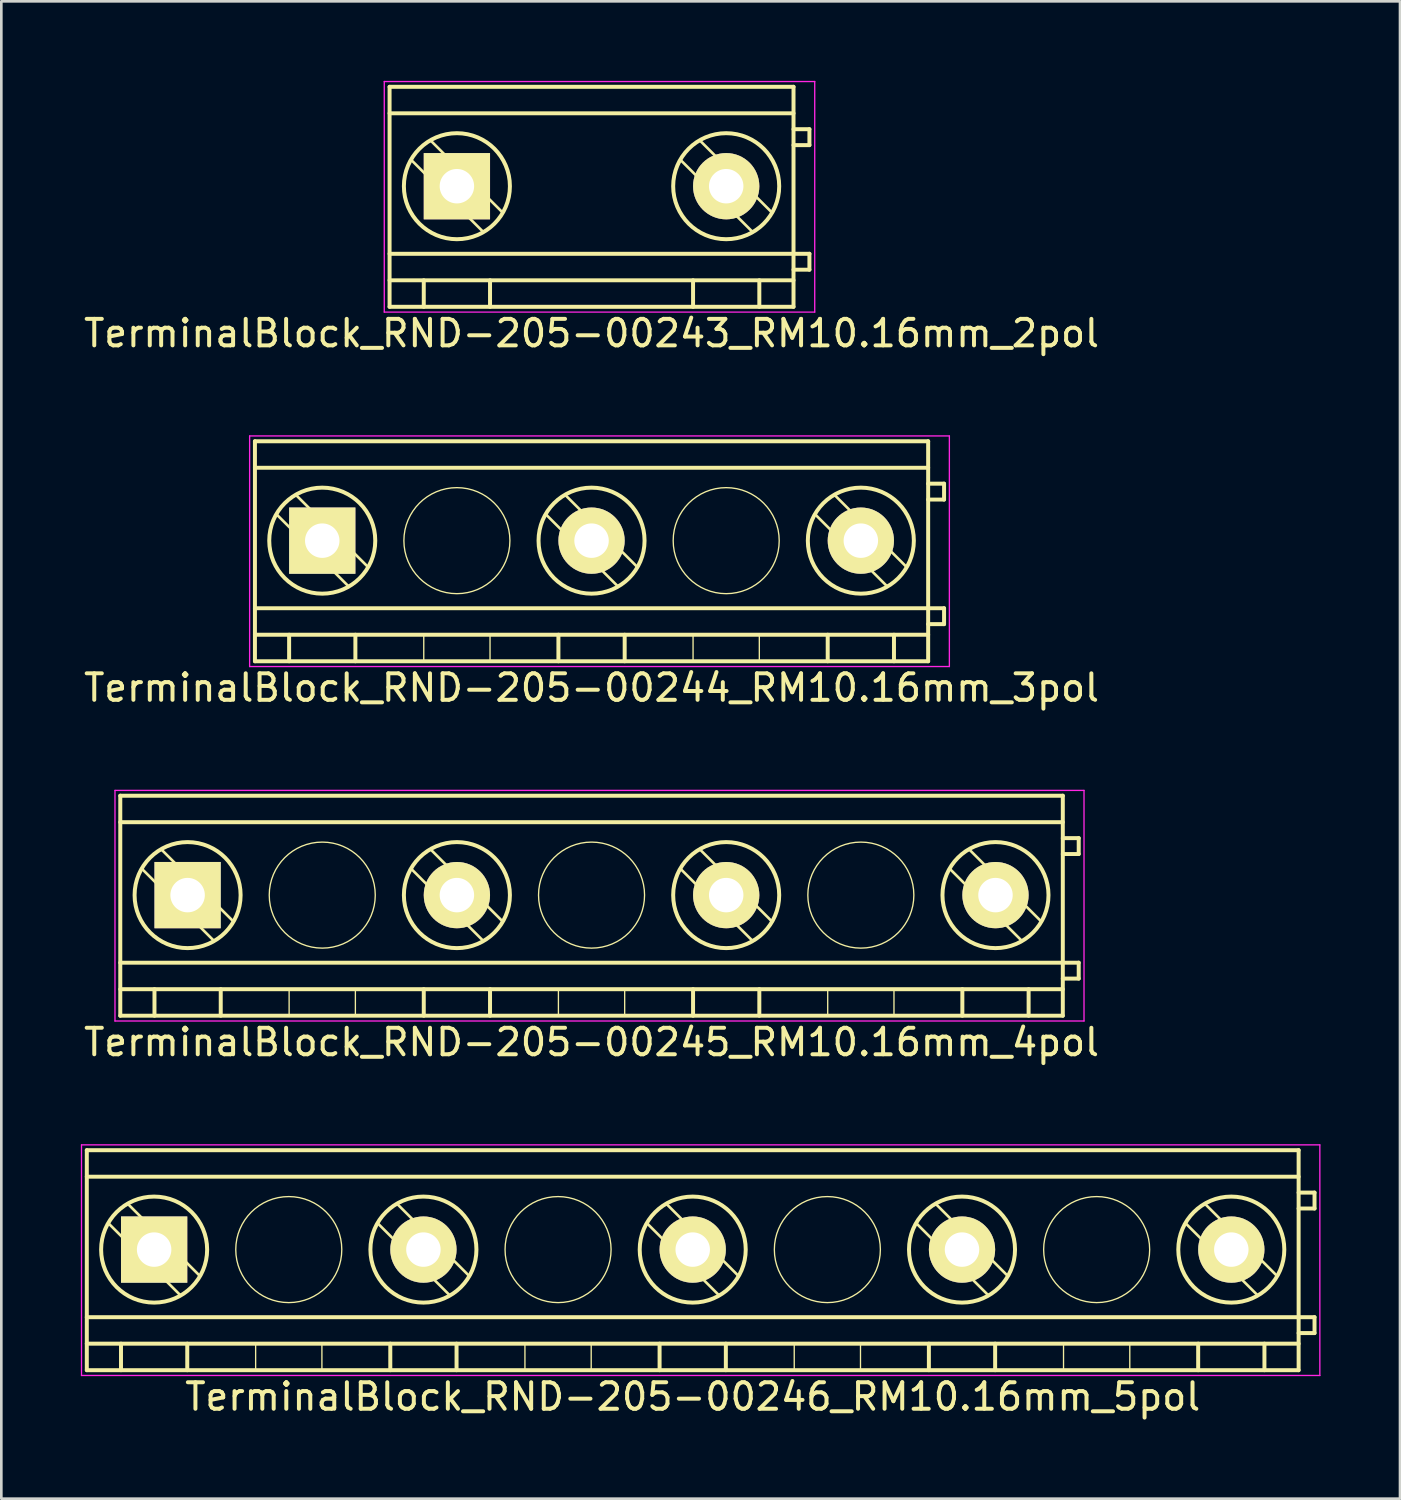
<source format=kicad_pcb>
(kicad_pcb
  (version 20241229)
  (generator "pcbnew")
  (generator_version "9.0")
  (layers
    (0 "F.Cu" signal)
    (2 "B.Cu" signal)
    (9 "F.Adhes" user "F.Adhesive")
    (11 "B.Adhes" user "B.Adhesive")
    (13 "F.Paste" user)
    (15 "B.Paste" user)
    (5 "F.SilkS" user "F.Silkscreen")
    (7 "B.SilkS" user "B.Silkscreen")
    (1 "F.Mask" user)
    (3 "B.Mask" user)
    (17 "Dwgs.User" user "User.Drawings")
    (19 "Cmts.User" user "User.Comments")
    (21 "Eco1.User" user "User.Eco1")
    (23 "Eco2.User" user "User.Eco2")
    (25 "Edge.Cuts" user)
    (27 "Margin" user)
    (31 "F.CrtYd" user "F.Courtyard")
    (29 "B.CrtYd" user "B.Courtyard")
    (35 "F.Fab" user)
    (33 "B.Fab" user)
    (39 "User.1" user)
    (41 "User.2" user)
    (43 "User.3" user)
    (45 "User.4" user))
  (footprint "TerminalBlock_RND-205-00244_RM10.16mm_3pol"
    (layer "F.Cu")
    (at 9.108 17.348)
    (property "Reference" "TerminalBlock_RND-205-00244_RM10.16mm_3pol" (at 10.16 5.55 0) (layer "F.SilkS") (effects (font (size 1 1) (thickness 0.15))))
    (attr through_hole)
    (fp_line (start -2.54 -3.75) (end 22.86 -3.75) (stroke (width 0.15) (type solid)) (layer "F.SilkS"))
    (fp_line (start -2.54 -2.75) (end 22.86 -2.75) (stroke (width 0.15) (type solid)) (layer "F.SilkS"))
    (fp_line (start -2.54 2.55) (end 22.86 2.55) (stroke (width 0.15) (type solid)) (layer "F.SilkS"))
    (fp_line (start -2.54 3.55) (end 22.86 3.55) (stroke (width 0.15) (type solid)) (layer "F.SilkS"))
    (fp_line (start -2.54 4.55) (end -2.54 -3.75) (stroke (width 0.15) (type solid)) (layer "F.SilkS"))
    (fp_line (start -1.25 3.55) (end -1.25 4.55) (stroke (width 0.15) (type solid)) (layer "F.SilkS"))
    (fp_line (start 1 1.732) (end -1.732 -1) (stroke (width 0.1) (type solid)) (layer "F.SilkS"))
    (fp_line (start 1.25 3.55) (end 1.25 4.55) (stroke (width 0.15) (type solid)) (layer "F.SilkS"))
    (fp_line (start 1.732 1) (end -1 -1.732) (stroke (width 0.1) (type solid)) (layer "F.SilkS"))
    (fp_line (start 3.83 3.55) (end 3.83 4.55) (stroke (width 0.05) (type solid)) (layer "F.SilkS"))
    (fp_line (start 6.33 3.55) (end 6.33 4.55) (stroke (width 0.05) (type solid)) (layer "F.SilkS"))
    (fp_line (start 8.91 3.55) (end 8.91 4.55) (stroke (width 0.15) (type solid)) (layer "F.SilkS"))
    (fp_line (start 11.16 1.732) (end 8.428 -1) (stroke (width 0.1) (type solid)) (layer "F.SilkS"))
    (fp_line (start 11.41 3.55) (end 11.41 4.55) (stroke (width 0.15) (type solid)) (layer "F.SilkS"))
    (fp_line (start 11.892 1) (end 9.16 -1.732) (stroke (width 0.1) (type solid)) (layer "F.SilkS"))
    (fp_line (start 13.99 3.55) (end 13.99 4.55) (stroke (width 0.05) (type solid)) (layer "F.SilkS"))
    (fp_line (start 16.49 3.55) (end 16.49 4.55) (stroke (width 0.05) (type solid)) (layer "F.SilkS"))
    (fp_line (start 19.07 3.55) (end 19.07 4.55) (stroke (width 0.15) (type solid)) (layer "F.SilkS"))
    (fp_line (start 21.32 1.732) (end 18.588 -1) (stroke (width 0.1) (type solid)) (layer "F.SilkS"))
    (fp_line (start 21.57 3.55) (end 21.57 4.55) (stroke (width 0.15) (type solid)) (layer "F.SilkS"))
    (fp_line (start 22.052 1) (end 19.32 -1.732) (stroke (width 0.1) (type solid)) (layer "F.SilkS"))
    (fp_line (start 22.86 -3.75) (end 22.86 4.55) (stroke (width 0.15) (type solid)) (layer "F.SilkS"))
    (fp_line (start 22.86 -2.15) (end 23.46 -2.15) (stroke (width 0.15) (type solid)) (layer "F.SilkS"))
    (fp_line (start 22.86 2.55) (end 23.46 2.55) (stroke (width 0.15) (type solid)) (layer "F.SilkS"))
    (fp_line (start 22.86 4.55) (end -2.54 4.55) (stroke (width 0.15) (type solid)) (layer "F.SilkS"))
    (fp_line (start 23.46 -2.15) (end 23.46 -1.55) (stroke (width 0.15) (type solid)) (layer "F.SilkS"))
    (fp_line (start 23.46 -1.55) (end 22.86 -1.55) (stroke (width 0.15) (type solid)) (layer "F.SilkS"))
    (fp_line (start 23.46 2.55) (end 23.46 3.15) (stroke (width 0.15) (type solid)) (layer "F.SilkS"))
    (fp_line (start 23.46 3.15) (end 22.86 3.15) (stroke (width 0.15) (type solid)) (layer "F.SilkS"))
    (fp_circle (center 0 0) (end -2 0) (stroke (width 0.15) (type solid)) (fill no) (layer "F.SilkS"))
    (fp_circle (center 5.08 0) (end 3.08 0) (stroke (width 0.05) (type solid)) (fill no) (layer "F.SilkS"))
    (fp_circle (center 10.16 0) (end 8.16 0) (stroke (width 0.15) (type solid)) (fill no) (layer "F.SilkS"))
    (fp_circle (center 15.24 0) (end 13.24 0) (stroke (width 0.05) (type solid)) (fill no) (layer "F.SilkS"))
    (fp_circle (center 20.32 0) (end 18.32 0) (stroke (width 0.15) (type solid)) (fill no) (layer "F.SilkS"))
    (fp_line (start -2.74 -3.95) (end 23.66 -3.95) (stroke (width 0.05) (type solid)) (layer "F.CrtYd"))
    (fp_line (start -2.74 4.75) (end -2.74 -3.95) (stroke (width 0.05) (type solid)) (layer "F.CrtYd"))
    (fp_line (start 23.66 -3.95) (end 23.66 4.75) (stroke (width 0.05) (type solid)) (layer "F.CrtYd"))
    (fp_line (start 23.66 4.75) (end -2.74 4.75) (stroke (width 0.05) (type solid)) (layer "F.CrtYd"))
    (pad "1" thru_hole rect (at 0 0) (size 2.5 2.5) (drill 1.3) (layers "*.Cu" "*.Mask" "F.SilkS"))
    (pad "2" thru_hole circle (at 10.16 0) (size 2.5 2.5) (drill 1.3) (layers "*.Cu" "*.Mask" "F.SilkS"))
    (pad "3" thru_hole circle (at 20.32 0) (size 2.5 2.5) (drill 1.3) (layers "*.Cu" "*.Mask" "F.SilkS")))
  (footprint "TerminalBlock_RND-205-00243_RM10.16mm_2pol"
    (layer "F.Cu")
    (at 14.188 3.975)
    (property "Reference" "TerminalBlock_RND-205-00243_RM10.16mm_2pol" (at 5.08 5.55 0) (layer "F.SilkS") (effects (font (size 1 1) (thickness 0.15))))
    (attr through_hole)
    (fp_line (start -2.54 -3.75) (end 12.7 -3.75) (stroke (width 0.15) (type solid)) (layer "F.SilkS"))
    (fp_line (start -2.54 -2.75) (end 12.7 -2.75) (stroke (width 0.15) (type solid)) (layer "F.SilkS"))
    (fp_line (start -2.54 2.55) (end 12.7 2.55) (stroke (width 0.15) (type solid)) (layer "F.SilkS"))
    (fp_line (start -2.54 3.55) (end 12.7 3.55) (stroke (width 0.15) (type solid)) (layer "F.SilkS"))
    (fp_line (start -2.54 4.55) (end -2.54 -3.75) (stroke (width 0.15) (type solid)) (layer "F.SilkS"))
    (fp_line (start -1.25 3.55) (end -1.25 4.55) (stroke (width 0.15) (type solid)) (layer "F.SilkS"))
    (fp_line (start 1 1.732) (end -1.732 -1) (stroke (width 0.1) (type solid)) (layer "F.SilkS"))
    (fp_line (start 1.25 3.55) (end 1.25 4.55) (stroke (width 0.15) (type solid)) (layer "F.SilkS"))
    (fp_line (start 1.732 1) (end -1 -1.732) (stroke (width 0.1) (type solid)) (layer "F.SilkS"))
    (fp_line (start 8.91 3.55) (end 8.91 4.55) (stroke (width 0.15) (type solid)) (layer "F.SilkS"))
    (fp_line (start 11.16 1.732) (end 8.428 -1) (stroke (width 0.1) (type solid)) (layer "F.SilkS"))
    (fp_line (start 11.41 3.55) (end 11.41 4.55) (stroke (width 0.15) (type solid)) (layer "F.SilkS"))
    (fp_line (start 11.892 1) (end 9.16 -1.732) (stroke (width 0.1) (type solid)) (layer "F.SilkS"))
    (fp_line (start 12.7 -3.75) (end 12.7 4.55) (stroke (width 0.15) (type solid)) (layer "F.SilkS"))
    (fp_line (start 12.7 -2.15) (end 13.3 -2.15) (stroke (width 0.15) (type solid)) (layer "F.SilkS"))
    (fp_line (start 12.7 2.55) (end 13.3 2.55) (stroke (width 0.15) (type solid)) (layer "F.SilkS"))
    (fp_line (start 12.7 4.55) (end -2.54 4.55) (stroke (width 0.15) (type solid)) (layer "F.SilkS"))
    (fp_line (start 13.3 -2.15) (end 13.3 -1.55) (stroke (width 0.15) (type solid)) (layer "F.SilkS"))
    (fp_line (start 13.3 -1.55) (end 12.7 -1.55) (stroke (width 0.15) (type solid)) (layer "F.SilkS"))
    (fp_line (start 13.3 2.55) (end 13.3 3.15) (stroke (width 0.15) (type solid)) (layer "F.SilkS"))
    (fp_line (start 13.3 3.15) (end 12.7 3.15) (stroke (width 0.15) (type solid)) (layer "F.SilkS"))
    (fp_circle (center 0 0) (end -2 0) (stroke (width 0.15) (type solid)) (fill no) (layer "F.SilkS"))
    (fp_circle (center 10.16 0) (end 8.16 0) (stroke (width 0.15) (type solid)) (fill no) (layer "F.SilkS"))
    (fp_line (start -2.74 -3.95) (end 13.5 -3.95) (stroke (width 0.05) (type solid)) (layer "F.CrtYd"))
    (fp_line (start -2.74 4.75) (end -2.74 -3.95) (stroke (width 0.05) (type solid)) (layer "F.CrtYd"))
    (fp_line (start 13.5 -3.95) (end 13.5 4.75) (stroke (width 0.05) (type solid)) (layer "F.CrtYd"))
    (fp_line (start 13.5 4.75) (end -2.74 4.75) (stroke (width 0.05) (type solid)) (layer "F.CrtYd"))
    (pad "1" thru_hole rect (at 0 0) (size 2.5 2.5) (drill 1.3) (layers "*.Cu" "*.Mask" "F.SilkS"))
    (pad "2" thru_hole circle (at 10.16 0) (size 2.5 2.5) (drill 1.3) (layers "*.Cu" "*.Mask" "F.SilkS")))
  (footprint "TerminalBlock_RND-205-00246_RM10.16mm_5pol"
    (layer "F.Cu")
    (at 2.765 44.095)
    (property "Reference" "TerminalBlock_RND-205-00246_RM10.16mm_5pol" (at 20.32 5.55 0) (layer "F.SilkS") (effects (font (size 1 1) (thickness 0.15))))
    (attr through_hole)
    (fp_line (start -2.54 -3.75) (end 43.18 -3.75) (stroke (width 0.15) (type solid)) (layer "F.SilkS"))
    (fp_line (start -2.54 -2.75) (end 43.18 -2.75) (stroke (width 0.15) (type solid)) (layer "F.SilkS"))
    (fp_line (start -2.54 2.55) (end 43.18 2.55) (stroke (width 0.15) (type solid)) (layer "F.SilkS"))
    (fp_line (start -2.54 3.55) (end 43.18 3.55) (stroke (width 0.15) (type solid)) (layer "F.SilkS"))
    (fp_line (start -2.54 4.55) (end -2.54 -3.75) (stroke (width 0.15) (type solid)) (layer "F.SilkS"))
    (fp_line (start -1.25 3.55) (end -1.25 4.55) (stroke (width 0.15) (type solid)) (layer "F.SilkS"))
    (fp_line (start 1 1.732) (end -1.732 -1) (stroke (width 0.1) (type solid)) (layer "F.SilkS"))
    (fp_line (start 1.25 3.55) (end 1.25 4.55) (stroke (width 0.15) (type solid)) (layer "F.SilkS"))
    (fp_line (start 1.732 1) (end -1 -1.732) (stroke (width 0.1) (type solid)) (layer "F.SilkS"))
    (fp_line (start 3.83 3.55) (end 3.83 4.55) (stroke (width 0.05) (type solid)) (layer "F.SilkS"))
    (fp_line (start 6.33 3.55) (end 6.33 4.55) (stroke (width 0.05) (type solid)) (layer "F.SilkS"))
    (fp_line (start 8.91 3.55) (end 8.91 4.55) (stroke (width 0.15) (type solid)) (layer "F.SilkS"))
    (fp_line (start 11.16 1.732) (end 8.428 -1) (stroke (width 0.1) (type solid)) (layer "F.SilkS"))
    (fp_line (start 11.41 3.55) (end 11.41 4.55) (stroke (width 0.15) (type solid)) (layer "F.SilkS"))
    (fp_line (start 11.892 1) (end 9.16 -1.732) (stroke (width 0.1) (type solid)) (layer "F.SilkS"))
    (fp_line (start 13.99 3.55) (end 13.99 4.55) (stroke (width 0.05) (type solid)) (layer "F.SilkS"))
    (fp_line (start 16.49 3.55) (end 16.49 4.55) (stroke (width 0.05) (type solid)) (layer "F.SilkS"))
    (fp_line (start 19.07 3.55) (end 19.07 4.55) (stroke (width 0.15) (type solid)) (layer "F.SilkS"))
    (fp_line (start 21.32 1.732) (end 18.588 -1) (stroke (width 0.1) (type solid)) (layer "F.SilkS"))
    (fp_line (start 21.57 3.55) (end 21.57 4.55) (stroke (width 0.15) (type solid)) (layer "F.SilkS"))
    (fp_line (start 22.052 1) (end 19.32 -1.732) (stroke (width 0.1) (type solid)) (layer "F.SilkS"))
    (fp_line (start 24.15 3.55) (end 24.15 4.55) (stroke (width 0.05) (type solid)) (layer "F.SilkS"))
    (fp_line (start 26.65 3.55) (end 26.65 4.55) (stroke (width 0.05) (type solid)) (layer "F.SilkS"))
    (fp_line (start 29.23 3.55) (end 29.23 4.55) (stroke (width 0.15) (type solid)) (layer "F.SilkS"))
    (fp_line (start 31.48 1.732) (end 28.748 -1) (stroke (width 0.1) (type solid)) (layer "F.SilkS"))
    (fp_line (start 31.73 3.55) (end 31.73 4.55) (stroke (width 0.15) (type solid)) (layer "F.SilkS"))
    (fp_line (start 32.212 1) (end 29.48 -1.732) (stroke (width 0.1) (type solid)) (layer "F.SilkS"))
    (fp_line (start 34.31 3.55) (end 34.31 4.55) (stroke (width 0.05) (type solid)) (layer "F.SilkS"))
    (fp_line (start 36.81 3.55) (end 36.81 4.55) (stroke (width 0.05) (type solid)) (layer "F.SilkS"))
    (fp_line (start 39.39 3.55) (end 39.39 4.55) (stroke (width 0.15) (type solid)) (layer "F.SilkS"))
    (fp_line (start 41.64 1.732) (end 38.908 -1) (stroke (width 0.1) (type solid)) (layer "F.SilkS"))
    (fp_line (start 41.89 3.55) (end 41.89 4.55) (stroke (width 0.15) (type solid)) (layer "F.SilkS"))
    (fp_line (start 42.372 1) (end 39.64 -1.732) (stroke (width 0.1) (type solid)) (layer "F.SilkS"))
    (fp_line (start 43.18 -3.75) (end 43.18 4.55) (stroke (width 0.15) (type solid)) (layer "F.SilkS"))
    (fp_line (start 43.18 -2.15) (end 43.78 -2.15) (stroke (width 0.15) (type solid)) (layer "F.SilkS"))
    (fp_line (start 43.18 2.55) (end 43.78 2.55) (stroke (width 0.15) (type solid)) (layer "F.SilkS"))
    (fp_line (start 43.18 4.55) (end -2.54 4.55) (stroke (width 0.15) (type solid)) (layer "F.SilkS"))
    (fp_line (start 43.78 -2.15) (end 43.78 -1.55) (stroke (width 0.15) (type solid)) (layer "F.SilkS"))
    (fp_line (start 43.78 -1.55) (end 43.18 -1.55) (stroke (width 0.15) (type solid)) (layer "F.SilkS"))
    (fp_line (start 43.78 2.55) (end 43.78 3.15) (stroke (width 0.15) (type solid)) (layer "F.SilkS"))
    (fp_line (start 43.78 3.15) (end 43.18 3.15) (stroke (width 0.15) (type solid)) (layer "F.SilkS"))
    (fp_circle (center 0 0) (end -2 0) (stroke (width 0.15) (type solid)) (fill no) (layer "F.SilkS"))
    (fp_circle (center 5.08 0) (end 3.08 0) (stroke (width 0.05) (type solid)) (fill no) (layer "F.SilkS"))
    (fp_circle (center 10.16 0) (end 8.16 0) (stroke (width 0.15) (type solid)) (fill no) (layer "F.SilkS"))
    (fp_circle (center 15.24 0) (end 13.24 0) (stroke (width 0.05) (type solid)) (fill no) (layer "F.SilkS"))
    (fp_circle (center 20.32 0) (end 18.32 0) (stroke (width 0.15) (type solid)) (fill no) (layer "F.SilkS"))
    (fp_circle (center 25.4 0) (end 23.4 0) (stroke (width 0.05) (type solid)) (fill no) (layer "F.SilkS"))
    (fp_circle (center 30.48 0) (end 28.48 0) (stroke (width 0.15) (type solid)) (fill no) (layer "F.SilkS"))
    (fp_circle (center 35.56 0) (end 33.56 0) (stroke (width 0.05) (type solid)) (fill no) (layer "F.SilkS"))
    (fp_circle (center 40.64 0) (end 38.64 0) (stroke (width 0.15) (type solid)) (fill no) (layer "F.SilkS"))
    (fp_line (start -2.74 -3.95) (end 43.98 -3.95) (stroke (width 0.05) (type solid)) (layer "F.CrtYd"))
    (fp_line (start -2.74 4.75) (end -2.74 -3.95) (stroke (width 0.05) (type solid)) (layer "F.CrtYd"))
    (fp_line (start 43.98 -3.95) (end 43.98 4.75) (stroke (width 0.05) (type solid)) (layer "F.CrtYd"))
    (fp_line (start 43.98 4.75) (end -2.74 4.75) (stroke (width 0.05) (type solid)) (layer "F.CrtYd"))
    (pad "1" thru_hole rect (at 0 0) (size 2.5 2.5) (drill 1.3) (layers "*.Cu" "*.Mask" "F.SilkS"))
    (pad "2" thru_hole circle (at 10.16 0) (size 2.5 2.5) (drill 1.3) (layers "*.Cu" "*.Mask" "F.SilkS"))
    (pad "3" thru_hole circle (at 20.32 0) (size 2.5 2.5) (drill 1.3) (layers "*.Cu" "*.Mask" "F.SilkS"))
    (pad "4" thru_hole circle (at 30.48 0) (size 2.5 2.5) (drill 1.3) (layers "*.Cu" "*.Mask" "F.SilkS"))
    (pad "5" thru_hole circle (at 40.64 0) (size 2.5 2.5) (drill 1.3) (layers "*.Cu" "*.Mask" "F.SilkS")))
  (footprint "TerminalBlock_RND-205-00245_RM10.16mm_4pol"
    (layer "F.Cu")
    (at 4.028 30.721)
    (property "Reference" "TerminalBlock_RND-205-00245_RM10.16mm_4pol" (at 15.24 5.55 0) (layer "F.SilkS") (effects (font (size 1 1) (thickness 0.15))))
    (attr through_hole)
    (fp_line (start -2.54 -3.75) (end 33.02 -3.75) (stroke (width 0.15) (type solid)) (layer "F.SilkS"))
    (fp_line (start -2.54 -2.75) (end 33.02 -2.75) (stroke (width 0.15) (type solid)) (layer "F.SilkS"))
    (fp_line (start -2.54 2.55) (end 33.02 2.55) (stroke (width 0.15) (type solid)) (layer "F.SilkS"))
    (fp_line (start -2.54 3.55) (end 33.02 3.55) (stroke (width 0.15) (type solid)) (layer "F.SilkS"))
    (fp_line (start -2.54 4.55) (end -2.54 -3.75) (stroke (width 0.15) (type solid)) (layer "F.SilkS"))
    (fp_line (start -1.25 3.55) (end -1.25 4.55) (stroke (width 0.15) (type solid)) (layer "F.SilkS"))
    (fp_line (start 1 1.732) (end -1.732 -1) (stroke (width 0.1) (type solid)) (layer "F.SilkS"))
    (fp_line (start 1.25 3.55) (end 1.25 4.55) (stroke (width 0.15) (type solid)) (layer "F.SilkS"))
    (fp_line (start 1.732 1) (end -1 -1.732) (stroke (width 0.1) (type solid)) (layer "F.SilkS"))
    (fp_line (start 3.83 3.55) (end 3.83 4.55) (stroke (width 0.05) (type solid)) (layer "F.SilkS"))
    (fp_line (start 6.33 3.55) (end 6.33 4.55) (stroke (width 0.05) (type solid)) (layer "F.SilkS"))
    (fp_line (start 8.91 3.55) (end 8.91 4.55) (stroke (width 0.15) (type solid)) (layer "F.SilkS"))
    (fp_line (start 11.16 1.732) (end 8.428 -1) (stroke (width 0.1) (type solid)) (layer "F.SilkS"))
    (fp_line (start 11.41 3.55) (end 11.41 4.55) (stroke (width 0.15) (type solid)) (layer "F.SilkS"))
    (fp_line (start 11.892 1) (end 9.16 -1.732) (stroke (width 0.1) (type solid)) (layer "F.SilkS"))
    (fp_line (start 13.99 3.55) (end 13.99 4.55) (stroke (width 0.05) (type solid)) (layer "F.SilkS"))
    (fp_line (start 16.49 3.55) (end 16.49 4.55) (stroke (width 0.05) (type solid)) (layer "F.SilkS"))
    (fp_line (start 19.07 3.55) (end 19.07 4.55) (stroke (width 0.15) (type solid)) (layer "F.SilkS"))
    (fp_line (start 21.32 1.732) (end 18.588 -1) (stroke (width 0.1) (type solid)) (layer "F.SilkS"))
    (fp_line (start 21.57 3.55) (end 21.57 4.55) (stroke (width 0.15) (type solid)) (layer "F.SilkS"))
    (fp_line (start 22.052 1) (end 19.32 -1.732) (stroke (width 0.1) (type solid)) (layer "F.SilkS"))
    (fp_line (start 24.15 3.55) (end 24.15 4.55) (stroke (width 0.05) (type solid)) (layer "F.SilkS"))
    (fp_line (start 26.65 3.55) (end 26.65 4.55) (stroke (width 0.05) (type solid)) (layer "F.SilkS"))
    (fp_line (start 29.23 3.55) (end 29.23 4.55) (stroke (width 0.15) (type solid)) (layer "F.SilkS"))
    (fp_line (start 31.48 1.732) (end 28.748 -1) (stroke (width 0.1) (type solid)) (layer "F.SilkS"))
    (fp_line (start 31.73 3.55) (end 31.73 4.55) (stroke (width 0.15) (type solid)) (layer "F.SilkS"))
    (fp_line (start 32.212 1) (end 29.48 -1.732) (stroke (width 0.1) (type solid)) (layer "F.SilkS"))
    (fp_line (start 33.02 -3.75) (end 33.02 4.55) (stroke (width 0.15) (type solid)) (layer "F.SilkS"))
    (fp_line (start 33.02 -2.15) (end 33.62 -2.15) (stroke (width 0.15) (type solid)) (layer "F.SilkS"))
    (fp_line (start 33.02 2.55) (end 33.62 2.55) (stroke (width 0.15) (type solid)) (layer "F.SilkS"))
    (fp_line (start 33.02 4.55) (end -2.54 4.55) (stroke (width 0.15) (type solid)) (layer "F.SilkS"))
    (fp_line (start 33.62 -2.15) (end 33.62 -1.55) (stroke (width 0.15) (type solid)) (layer "F.SilkS"))
    (fp_line (start 33.62 -1.55) (end 33.02 -1.55) (stroke (width 0.15) (type solid)) (layer "F.SilkS"))
    (fp_line (start 33.62 2.55) (end 33.62 3.15) (stroke (width 0.15) (type solid)) (layer "F.SilkS"))
    (fp_line (start 33.62 3.15) (end 33.02 3.15) (stroke (width 0.15) (type solid)) (layer "F.SilkS"))
    (fp_circle (center 0 0) (end -2 0) (stroke (width 0.15) (type solid)) (fill no) (layer "F.SilkS"))
    (fp_circle (center 5.08 0) (end 3.08 0) (stroke (width 0.05) (type solid)) (fill no) (layer "F.SilkS"))
    (fp_circle (center 10.16 0) (end 8.16 0) (stroke (width 0.15) (type solid)) (fill no) (layer "F.SilkS"))
    (fp_circle (center 15.24 0) (end 13.24 0) (stroke (width 0.05) (type solid)) (fill no) (layer "F.SilkS"))
    (fp_circle (center 20.32 0) (end 18.32 0) (stroke (width 0.15) (type solid)) (fill no) (layer "F.SilkS"))
    (fp_circle (center 25.4 0) (end 23.4 0) (stroke (width 0.05) (type solid)) (fill no) (layer "F.SilkS"))
    (fp_circle (center 30.48 0) (end 28.48 0) (stroke (width 0.15) (type solid)) (fill no) (layer "F.SilkS"))
    (fp_line (start -2.74 -3.95) (end 33.82 -3.95) (stroke (width 0.05) (type solid)) (layer "F.CrtYd"))
    (fp_line (start -2.74 4.75) (end -2.74 -3.95) (stroke (width 0.05) (type solid)) (layer "F.CrtYd"))
    (fp_line (start 33.82 -3.95) (end 33.82 4.75) (stroke (width 0.05) (type solid)) (layer "F.CrtYd"))
    (fp_line (start 33.82 4.75) (end -2.74 4.75) (stroke (width 0.05) (type solid)) (layer "F.CrtYd"))
    (pad "1" thru_hole rect (at 0 0) (size 2.5 2.5) (drill 1.3) (layers "*.Cu" "*.Mask" "F.SilkS"))
    (pad "2" thru_hole circle (at 10.16 0) (size 2.5 2.5) (drill 1.3) (layers "*.Cu" "*.Mask" "F.SilkS"))
    (pad "3" thru_hole circle (at 20.32 0) (size 2.5 2.5) (drill 1.3) (layers "*.Cu" "*.Mask" "F.SilkS"))
    (pad "4" thru_hole circle (at 30.48 0) (size 2.5 2.5) (drill 1.3) (layers "*.Cu" "*.Mask" "F.SilkS")))
  (gr_rect
    (start -3 -3)
    (end 49.77 53.493)
    (stroke (width 0.1) (type default))
    (fill no)
    (layer "Edge.Cuts")))
</source>
